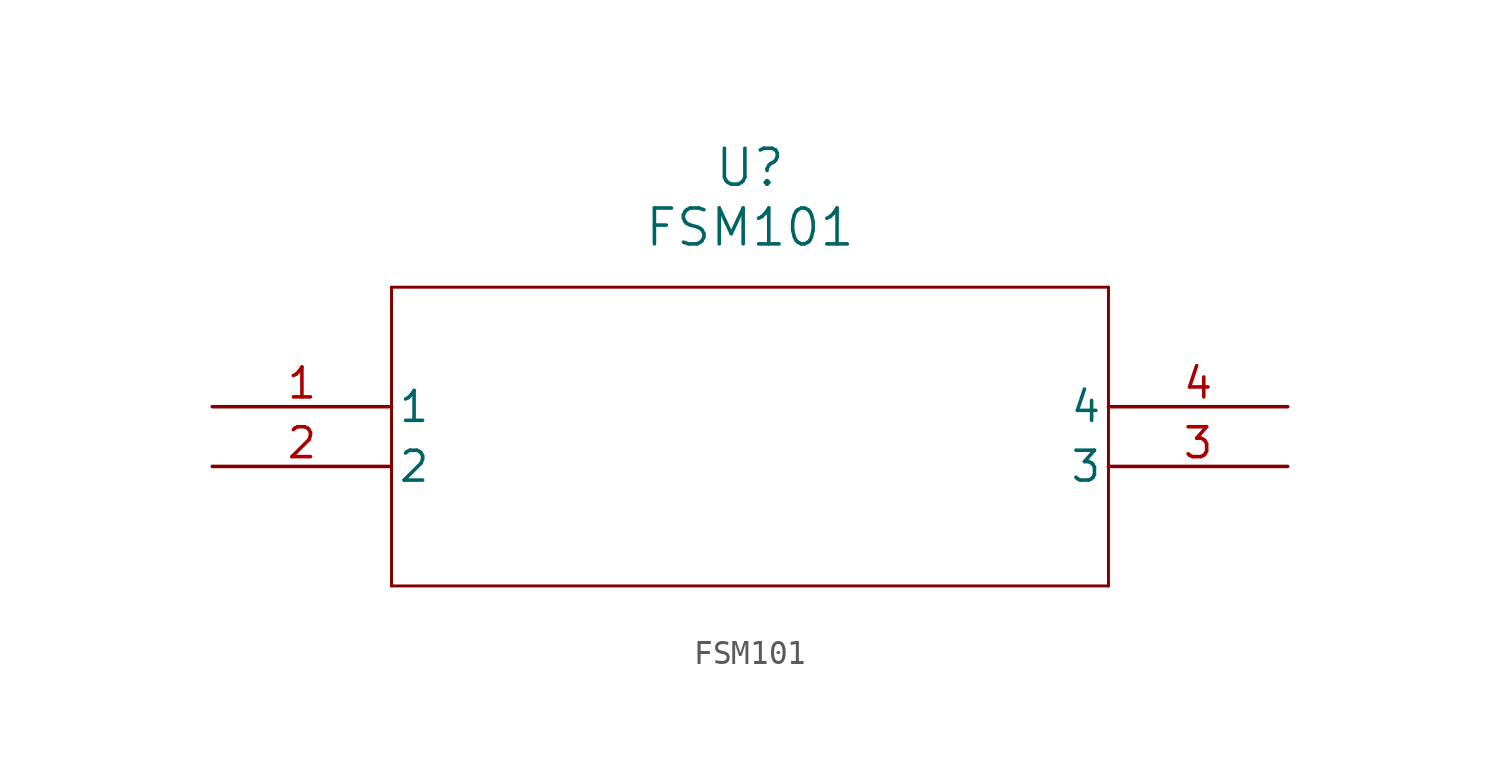
<source format=kicad_sym>
(kicad_symbol_lib
  (version 20211014)
  (generator kicad_symbol_editor)
  (symbol "FSM101"
    (pin_names
      (offset 0.254))
    (property "Reference" "U"
      (at 22.86 10.16 0)
      (effects (font (size 1.524 1.524))))
    (property "Value" "FSM101"
      (at 22.86 7.62 0)
      (effects (font (size 1.524 1.524))))
    (symbol "FSM101_0_1"
      (polyline (pts (xy 7.62 5.08) (xy 7.62 -7.62)) (stroke (width 0.127) (type default) (color 0 0 0 0)) (fill (type none)))
      (polyline (pts (xy 7.62 -7.62) (xy 38.1 -7.62)) (stroke (width 0.127) (type default) (color 0 0 0 0)) (fill (type none)))
      (polyline (pts (xy 38.1 -7.62) (xy 38.1 5.08)) (stroke (width 0.127) (type default) (color 0 0 0 0)) (fill (type none)))
      (polyline (pts (xy 38.1 5.08) (xy 7.62 5.08)) (stroke (width 0.127) (type default) (color 0 0 0 0)) (fill (type none)))
      (pin unspecified line (at 0 0 0) (length 7.62) (name "1" (effects (font (size 1.27 1.27)))) (number "1" (effects (font (size 1.27 1.27)))))
      (pin unspecified line (at 0 -2.54 0) (length 7.62) (name "2" (effects (font (size 1.27 1.27)))) (number "2" (effects (font (size 1.27 1.27)))))
      (pin unspecified line (at 45.72 -2.54 180) (length 7.62) (name "3" (effects (font (size 1.27 1.27)))) (number "3" (effects (font (size 1.27 1.27)))))
      (pin unspecified line (at 45.72 0 180) (length 7.62) (name "4" (effects (font (size 1.27 1.27)))) (number "4" (effects (font (size 1.27 1.27))))))))
</source>
